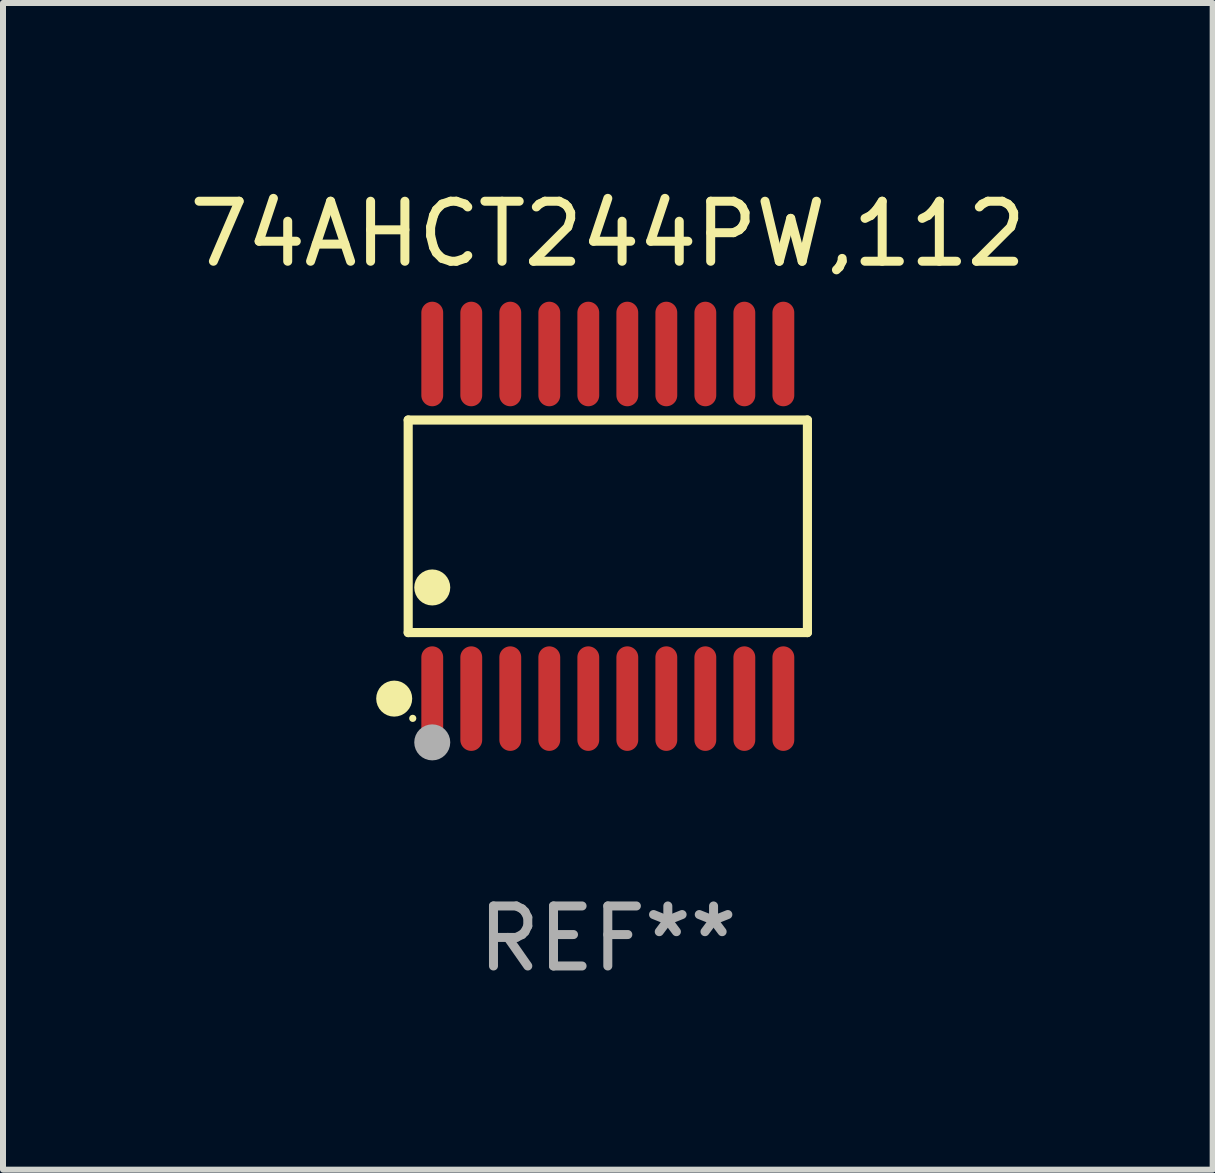
<source format=kicad_pcb>
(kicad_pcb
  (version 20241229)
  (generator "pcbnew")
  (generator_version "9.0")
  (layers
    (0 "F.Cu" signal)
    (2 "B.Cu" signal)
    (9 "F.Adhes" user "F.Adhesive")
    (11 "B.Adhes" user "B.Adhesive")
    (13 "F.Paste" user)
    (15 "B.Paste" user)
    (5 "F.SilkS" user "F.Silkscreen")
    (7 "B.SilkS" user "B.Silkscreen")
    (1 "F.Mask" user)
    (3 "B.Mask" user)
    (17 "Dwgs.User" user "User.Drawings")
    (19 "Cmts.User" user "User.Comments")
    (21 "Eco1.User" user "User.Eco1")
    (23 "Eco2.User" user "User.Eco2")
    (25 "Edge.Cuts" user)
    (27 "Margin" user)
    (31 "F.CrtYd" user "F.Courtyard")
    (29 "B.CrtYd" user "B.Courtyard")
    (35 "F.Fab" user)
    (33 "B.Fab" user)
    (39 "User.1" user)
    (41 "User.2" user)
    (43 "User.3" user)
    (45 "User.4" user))
  (footprint "74AHCT244PW,112"
    (layer "F.Cu")
    (at 7.077 5.719)
    (property "Reference" "74AHCT244PW,112" (at 0 -4.871 0) (layer "F.SilkS") (effects (font (size 1 1) (thickness 0.15))))
    (attr through_hole)
    (fp_line (start -3.326 -1.771) (end 3.326 -1.771) (stroke (width 0.152) (type solid)) (layer "F.SilkS"))
    (fp_line (start -3.326 1.771) (end -3.326 -1.771) (stroke (width 0.152) (type solid)) (layer "F.SilkS"))
    (fp_line (start 3.326 -1.771) (end 3.326 1.771) (stroke (width 0.152) (type solid)) (layer "F.SilkS"))
    (fp_line (start 3.326 1.771) (end -3.326 1.771) (stroke (width 0.152) (type solid)) (layer "F.SilkS"))
    (fp_circle (center -3.559 2.871) (end -3.409 2.871) (stroke (width 0.3) (type solid)) (fill no) (layer "F.SilkS"))
    (fp_circle (center -3.25 3.2) (end -3.22 3.2) (stroke (width 0.06) (type solid)) (fill no) (layer "F.SilkS"))
    (fp_circle (center -2.925 1.019) (end -2.775 1.019) (stroke (width 0.3) (type solid)) (fill no) (layer "F.SilkS"))
    (fp_circle (center -2.925 3.6) (end -2.775 3.6) (stroke (width 0.3) (type solid)) (fill no) (layer "F.Fab"))
    (fp_text user "REF**" (at 0 6.871 0) (layer "F.Fab") (effects (font (size 1 1) (thickness 0.15))))
    (pad "1" smd oval (at -2.925 2.871) (size 0.364 1.742) (layers "F.Cu" "F.Mask" "F.Paste"))
    (pad "2" smd oval (at -2.275 2.871) (size 0.364 1.742) (layers "F.Cu" "F.Mask" "F.Paste"))
    (pad "3" smd oval (at -1.625 2.871) (size 0.364 1.742) (layers "F.Cu" "F.Mask" "F.Paste"))
    (pad "4" smd oval (at -0.975 2.871) (size 0.364 1.742) (layers "F.Cu" "F.Mask" "F.Paste"))
    (pad "5" smd oval (at -0.325 2.871) (size 0.364 1.742) (layers "F.Cu" "F.Mask" "F.Paste"))
    (pad "6" smd oval (at 0.325 2.871) (size 0.364 1.742) (layers "F.Cu" "F.Mask" "F.Paste"))
    (pad "7" smd oval (at 0.975 2.871) (size 0.364 1.742) (layers "F.Cu" "F.Mask" "F.Paste"))
    (pad "8" smd oval (at 1.625 2.871) (size 0.364 1.742) (layers "F.Cu" "F.Mask" "F.Paste"))
    (pad "9" smd oval (at 2.275 2.871) (size 0.364 1.742) (layers "F.Cu" "F.Mask" "F.Paste"))
    (pad "10" smd oval (at 2.925 2.871) (size 0.364 1.742) (layers "F.Cu" "F.Mask" "F.Paste"))
    (pad "11" smd oval (at 2.925 -2.871) (size 0.364 1.742) (layers "F.Cu" "F.Mask" "F.Paste"))
    (pad "12" smd oval (at 2.275 -2.871) (size 0.364 1.742) (layers "F.Cu" "F.Mask" "F.Paste"))
    (pad "13" smd oval (at 1.625 -2.871) (size 0.364 1.742) (layers "F.Cu" "F.Mask" "F.Paste"))
    (pad "14" smd oval (at 0.975 -2.871) (size 0.364 1.742) (layers "F.Cu" "F.Mask" "F.Paste"))
    (pad "15" smd oval (at 0.325 -2.871) (size 0.364 1.742) (layers "F.Cu" "F.Mask" "F.Paste"))
    (pad "16" smd oval (at -0.325 -2.871) (size 0.364 1.742) (layers "F.Cu" "F.Mask" "F.Paste"))
    (pad "17" smd oval (at -0.975 -2.871) (size 0.364 1.742) (layers "F.Cu" "F.Mask" "F.Paste"))
    (pad "18" smd oval (at -1.625 -2.871) (size 0.364 1.742) (layers "F.Cu" "F.Mask" "F.Paste"))
    (pad "19" smd oval (at -2.275 -2.871) (size 0.364 1.742) (layers "F.Cu" "F.Mask" "F.Paste"))
    (pad "20" smd oval (at -2.925 -2.871) (size 0.364 1.742) (layers "F.Cu" "F.Mask" "F.Paste")))
  (gr_rect
    (start -3 -3)
    (end 17.155 16.438)
    (stroke (width 0.1) (type default))
    (fill no)
    (layer "Edge.Cuts")))
</source>
